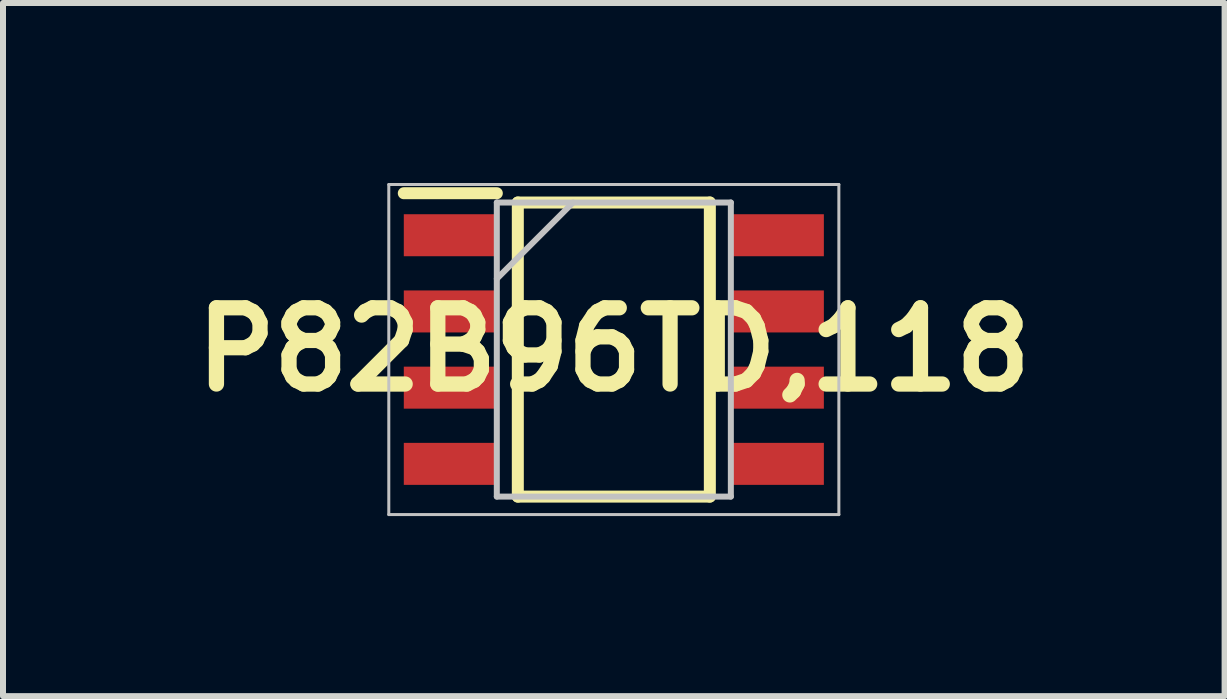
<source format=kicad_pcb>
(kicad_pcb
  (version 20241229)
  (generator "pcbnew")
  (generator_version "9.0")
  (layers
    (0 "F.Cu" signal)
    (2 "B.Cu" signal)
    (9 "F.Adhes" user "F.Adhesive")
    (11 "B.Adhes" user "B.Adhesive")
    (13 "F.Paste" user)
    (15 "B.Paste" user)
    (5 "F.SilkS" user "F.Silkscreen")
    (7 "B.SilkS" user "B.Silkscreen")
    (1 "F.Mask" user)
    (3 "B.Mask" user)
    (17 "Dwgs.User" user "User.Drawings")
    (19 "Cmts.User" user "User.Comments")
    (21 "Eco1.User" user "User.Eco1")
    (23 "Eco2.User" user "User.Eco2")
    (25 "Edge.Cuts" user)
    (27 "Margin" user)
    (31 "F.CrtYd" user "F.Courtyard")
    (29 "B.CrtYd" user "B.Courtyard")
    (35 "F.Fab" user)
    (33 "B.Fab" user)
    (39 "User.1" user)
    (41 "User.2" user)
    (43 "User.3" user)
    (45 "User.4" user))
  (footprint "P82B96TD,118"
    (layer "F.Cu")
    (at 7.179 2.775)
    (property "Reference" "P82B96TD,118" (at 0 0 0) (layer "F.SilkS") (effects (font (size 1.27 1.27) (thickness 0.254))))
    (attr smd)
    (fp_line (start -3.5 -2.605) (end -1.95 -2.605) (stroke (width 0.2) (type solid)) (layer "F.SilkS"))
    (fp_line (start -1.6 -2.45) (end 1.6 -2.45) (stroke (width 0.2) (type solid)) (layer "F.SilkS"))
    (fp_line (start -1.6 2.45) (end -1.6 -2.45) (stroke (width 0.2) (type solid)) (layer "F.SilkS"))
    (fp_line (start 1.6 -2.45) (end 1.6 2.45) (stroke (width 0.2) (type solid)) (layer "F.SilkS"))
    (fp_line (start 1.6 2.45) (end -1.6 2.45) (stroke (width 0.2) (type solid)) (layer "F.SilkS"))
    (fp_line (start -3.75 -2.75) (end 3.75 -2.75) (stroke (width 0.05) (type solid)) (layer "Dwgs.User"))
    (fp_line (start -3.75 2.75) (end -3.75 -2.75) (stroke (width 0.05) (type solid)) (layer "Dwgs.User"))
    (fp_line (start -1.95 -2.45) (end 1.95 -2.45) (stroke (width 0.1) (type solid)) (layer "Dwgs.User"))
    (fp_line (start -1.95 -1.18) (end -0.68 -2.45) (stroke (width 0.1) (type solid)) (layer "Dwgs.User"))
    (fp_line (start -1.95 2.45) (end -1.95 -2.45) (stroke (width 0.1) (type solid)) (layer "Dwgs.User"))
    (fp_line (start 1.95 -2.45) (end 1.95 2.45) (stroke (width 0.1) (type solid)) (layer "Dwgs.User"))
    (fp_line (start 1.95 2.45) (end -1.95 2.45) (stroke (width 0.1) (type solid)) (layer "Dwgs.User"))
    (fp_line (start 3.75 -2.75) (end 3.75 2.75) (stroke (width 0.05) (type solid)) (layer "Dwgs.User"))
    (fp_line (start 3.75 2.75) (end -3.75 2.75) (stroke (width 0.05) (type solid)) (layer "Dwgs.User"))
    (pad "1" smd rect (at -2.725 -1.905 90) (size 0.7 1.55) (layers "F.Cu" "F.Mask" "F.Paste"))
    (pad "2" smd rect (at -2.725 -0.635 90) (size 0.7 1.55) (layers "F.Cu" "F.Mask" "F.Paste"))
    (pad "3" smd rect (at -2.725 0.635 90) (size 0.7 1.55) (layers "F.Cu" "F.Mask" "F.Paste"))
    (pad "4" smd rect (at -2.725 1.905 90) (size 0.7 1.55) (layers "F.Cu" "F.Mask" "F.Paste"))
    (pad "5" smd rect (at 2.725 1.905 90) (size 0.7 1.55) (layers "F.Cu" "F.Mask" "F.Paste"))
    (pad "6" smd rect (at 2.725 0.635 90) (size 0.7 1.55) (layers "F.Cu" "F.Mask" "F.Paste"))
    (pad "7" smd rect (at 2.725 -0.635 90) (size 0.7 1.55) (layers "F.Cu" "F.Mask" "F.Paste"))
    (pad "8" smd rect (at 2.725 -1.905 90) (size 0.7 1.55) (layers "F.Cu" "F.Mask" "F.Paste")))
  (gr_rect
    (start -3 -3)
    (end 17.357 8.55)
    (stroke (width 0.1) (type default))
    (fill no)
    (layer "Edge.Cuts")))
</source>
